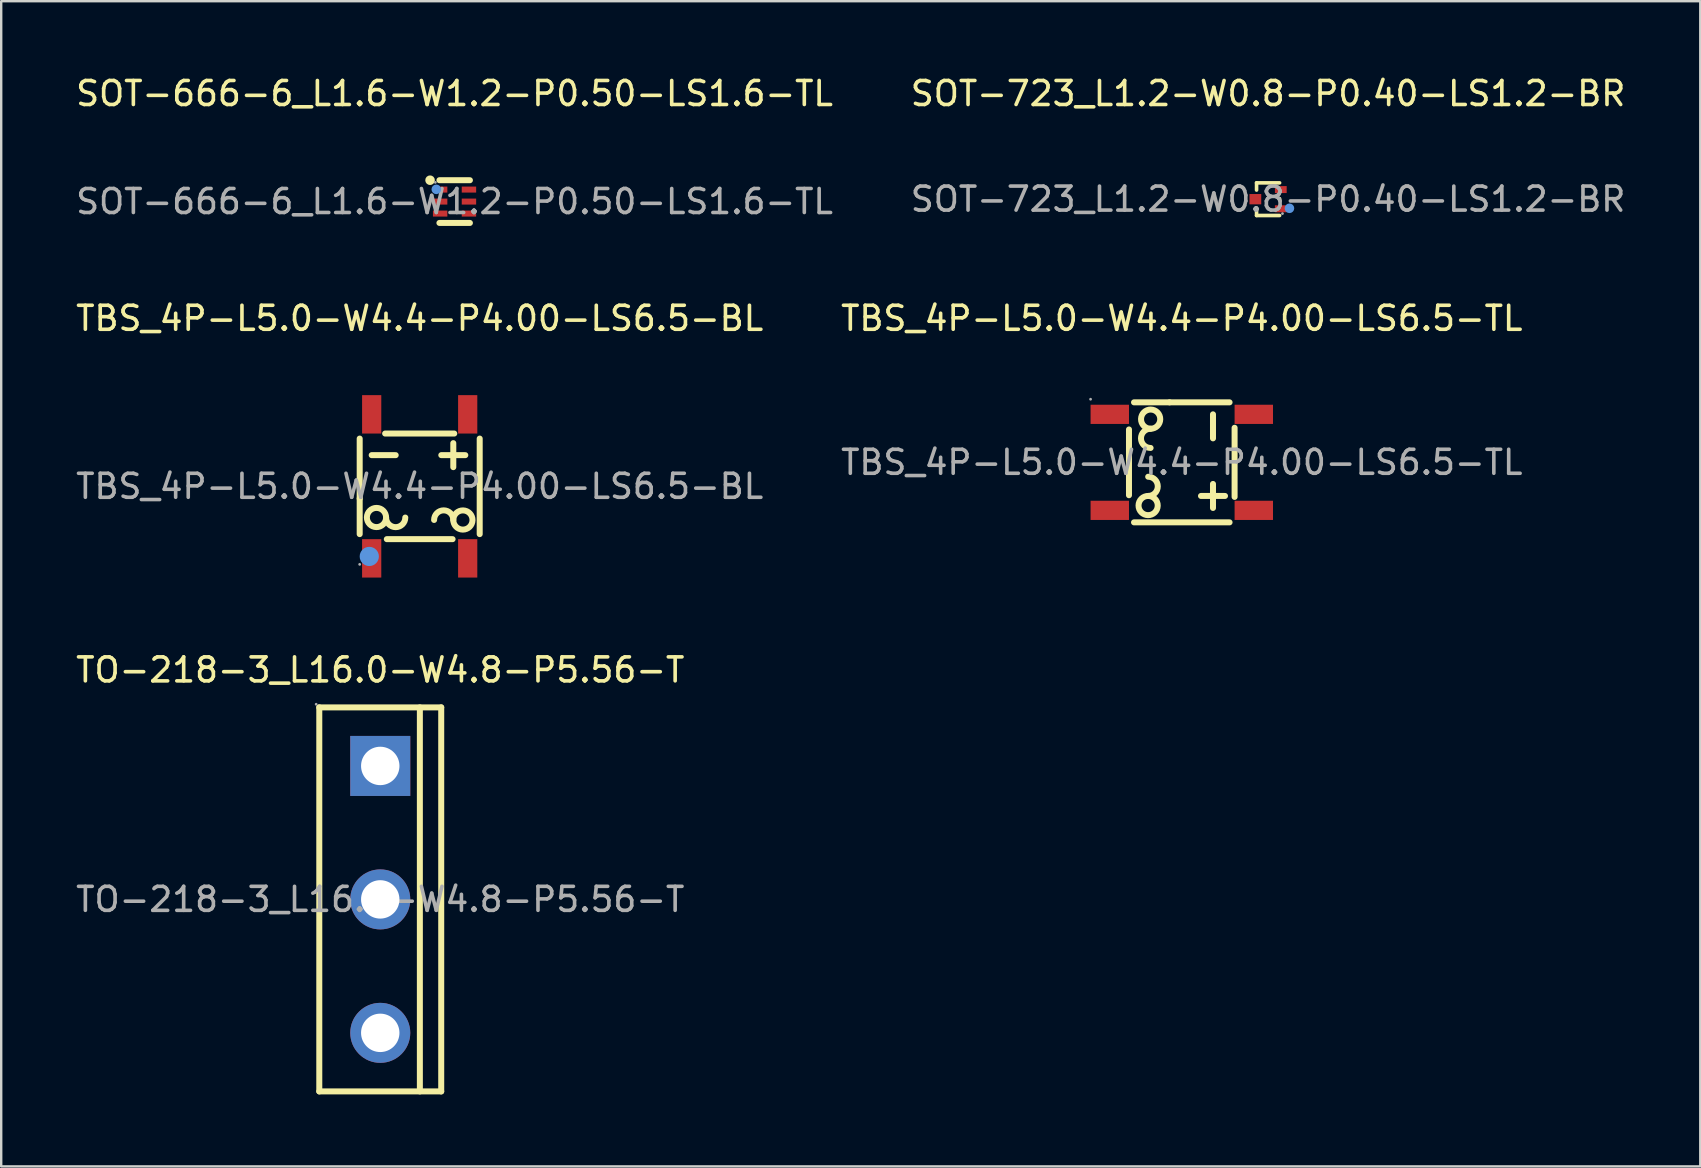
<source format=kicad_pcb>
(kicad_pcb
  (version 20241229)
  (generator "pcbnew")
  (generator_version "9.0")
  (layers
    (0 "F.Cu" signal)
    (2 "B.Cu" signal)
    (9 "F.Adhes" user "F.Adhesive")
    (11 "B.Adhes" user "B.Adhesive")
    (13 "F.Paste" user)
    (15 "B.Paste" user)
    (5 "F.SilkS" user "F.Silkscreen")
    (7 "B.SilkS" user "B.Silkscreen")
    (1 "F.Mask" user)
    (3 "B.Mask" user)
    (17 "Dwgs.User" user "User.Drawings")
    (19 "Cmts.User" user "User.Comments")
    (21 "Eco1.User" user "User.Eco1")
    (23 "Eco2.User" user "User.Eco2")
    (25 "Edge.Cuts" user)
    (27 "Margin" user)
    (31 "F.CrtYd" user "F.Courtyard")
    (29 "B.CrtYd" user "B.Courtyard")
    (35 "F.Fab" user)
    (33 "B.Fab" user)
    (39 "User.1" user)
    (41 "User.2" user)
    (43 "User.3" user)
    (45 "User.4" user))
  (footprint "SOT-723_L1.2-W0.8-P0.40-LS1.2-BR"
    (layer "F.Cu")
    (at 49.78 5.248)
    (property "Reference" "SOT-723_L1.2-W0.8-P0.40-LS1.2-BR" (at 0 -4.4 0) (layer "F.SilkS") (effects (font (size 1 1) (thickness 0.15))))
    (attr through_hole)
    (fp_line (start -0.48 -0.68) (end -0.48 -0.38) (stroke (width 0.15) (type solid)) (layer "F.SilkS"))
    (fp_line (start -0.48 0.68) (end -0.48 0.38) (stroke (width 0.15) (type solid)) (layer "F.SilkS"))
    (fp_line (start 0.48 -0.68) (end -0.48 -0.68) (stroke (width 0.15) (type solid)) (layer "F.SilkS"))
    (fp_line (start 0.48 -0.02) (end 0.48 0.02) (stroke (width 0.15) (type solid)) (layer "F.SilkS"))
    (fp_line (start 0.48 0.68) (end -0.48 0.68) (stroke (width 0.15) (type solid)) (layer "F.SilkS"))
    (fp_circle (center 0.89 0.38) (end 0.99 0.38) (stroke (width 0.2) (type solid)) (fill no) (layer "Cmts.User"))
    (fp_circle (center 0.6 0.6) (end 0.63 0.6) (stroke (width 0.06) (type solid)) (fill no) (layer "F.Fab"))
    (fp_text user "${REFERENCE}" (at 0 0 0) (layer "F.Fab") (effects (font (size 1 1) (thickness 0.15))))
    (pad "1" smd rect (at 0.53 0.4) (size 0.49 0.29) (layers "F.Cu" "F.Mask" "F.Paste"))
    (pad "2" smd rect (at 0.53 -0.4) (size 0.49 0.29) (layers "F.Cu" "F.Mask" "F.Paste"))
    (pad "3" smd rect (at -0.53 0) (size 0.49 0.43) (layers "F.Cu" "F.Mask" "F.Paste")))
  (footprint "TO-218-3_L16.0-W4.8-P5.56-T"
    (layer "F.Cu")
    (at 12.792 34.42)
    (property "Reference" "TO-218-3_L16.0-W4.8-P5.56-T" (at 0 -9.56 0) (layer "F.SilkS") (effects (font (size 1 1) (thickness 0.15))))
    (attr through_hole)
    (fp_line (start -2.54 -8) (end -2.54 8) (stroke (width 0.25) (type solid)) (layer "F.SilkS"))
    (fp_line (start -2.54 8) (end 2.54 8) (stroke (width 0.25) (type solid)) (layer "F.SilkS"))
    (fp_line (start 1.65 -8) (end 1.65 8) (stroke (width 0.25) (type solid)) (layer "F.SilkS"))
    (fp_line (start 2.54 -8) (end -2.54 -8) (stroke (width 0.25) (type solid)) (layer "F.SilkS"))
    (fp_line (start 2.54 -8) (end 2.54 8) (stroke (width 0.25) (type solid)) (layer "F.SilkS"))
    (fp_circle (center -2.67 -8.13) (end -2.64 -8.13) (stroke (width 0.06) (type solid)) (fill no) (layer "F.Fab"))
    (fp_circle (center 0 -5.56) (end 0.35 -5.56) (stroke (width 0.7) (type solid)) (fill no) (layer "F.Fab"))
    (fp_circle (center 0 0) (end 0.35 0) (stroke (width 0.7) (type solid)) (fill no) (layer "F.Fab"))
    (fp_circle (center 0 5.56) (end 0.35 5.56) (stroke (width 0.7) (type solid)) (fill no) (layer "F.Fab"))
    (fp_text user "${REFERENCE}" (at 0 0 0) (layer "F.Fab") (effects (font (size 1 1) (thickness 0.15))))
    (pad "1" thru_hole rect (at 0 -5.56 270) (size 2.5 2.5) (drill 1.6) (layers "*.Cu" "*.Paste" "*.Mask"))
    (pad "2" thru_hole circle (at 0 0 270) (size 2.5 2.5) (drill 1.6) (layers "*.Cu" "*.Paste" "*.Mask"))
    (pad "3" thru_hole circle (at 0 5.56 270) (size 2.5 2.5) (drill 1.6) (layers "*.Cu" "*.Paste" "*.Mask")))
  (footprint "TBS_4P-L5.0-W4.4-P4.00-LS6.5-TL"
    (layer "F.Cu")
    (at 46.185 16.212)
    (property "Reference" "TBS_4P-L5.0-W4.4-P4.00-LS6.5-TL" (at 0 -6 0) (layer "F.SilkS") (effects (font (size 1 1) (thickness 0.15))))
    (attr through_hole)
    (fp_line (start -2.2 -1.37) (end -2.2 1.37) (stroke (width 0.25) (type solid)) (layer "F.SilkS"))
    (fp_line (start -1.99 -2.5) (end -0.51 -2.5) (stroke (width 0.25) (type solid)) (layer "F.SilkS"))
    (fp_line (start 0.8 1.4) (end 1.8 1.4) (stroke (width 0.25) (type solid)) (layer "F.SilkS"))
    (fp_line (start 1.3 -2) (end 1.3 -1) (stroke (width 0.25) (type solid)) (layer "F.SilkS"))
    (fp_line (start 1.3 0.9) (end 1.3 1.9) (stroke (width 0.25) (type solid)) (layer "F.SilkS"))
    (fp_line (start 1.99 -2.5) (end -0.51 -2.5) (stroke (width 0.25) (type solid)) (layer "F.SilkS"))
    (fp_line (start 1.99 2.5) (end -1.99 2.5) (stroke (width 0.25) (type solid)) (layer "F.SilkS"))
    (fp_line (start 2.2 -1.44) (end 2.2 1.44) (stroke (width 0.25) (type solid)) (layer "F.SilkS"))
    (fp_arc (start -1.4 0.6) (mid -1 1) (end -1.4 1.4) (stroke (width 0.25) (type solid)) (layer "F.SilkS"))
    (fp_arc (start -1.393019 1.400061) (mid -1.403491 2.199985) (end -1.4 1.4) (stroke (width 0.25) (type solid)) (layer "F.SilkS"))
    (fp_arc (start -1.306981 -1.400061) (mid -1.296509 -2.199985) (end -1.3 -1.4) (stroke (width 0.25) (type solid)) (layer "F.SilkS"))
    (fp_arc (start -1.3 -0.6) (mid -1.7 -1) (end -1.3 -1.4) (stroke (width 0.25) (type solid)) (layer "F.SilkS"))
    (fp_circle (center -3.8 -2.63) (end -3.77 -2.63) (stroke (width 0.06) (type solid)) (fill no) (layer "F.Fab"))
    (fp_text user "${REFERENCE}" (at 0 0 0) (layer "F.Fab") (effects (font (size 1 1) (thickness 0.15))))
    (pad "1" smd rect (at -3 -2 180) (size 1.6 0.8) (layers "F.Cu" "F.Mask" "F.Paste"))
    (pad "2" smd rect (at -3 2 180) (size 1.6 0.8) (layers "F.Cu" "F.Mask" "F.Paste"))
    (pad "3" smd rect (at 3 2 180) (size 1.6 0.8) (layers "F.Cu" "F.Mask" "F.Paste"))
    (pad "4" smd rect (at 3 -2 180) (size 1.6 0.8) (layers "F.Cu" "F.Mask" "F.Paste")))
  (footprint "SOT-666-6_L1.6-W1.2-P0.50-LS1.6-TL"
    (layer "F.Cu")
    (at 15.887 5.348)
    (property "Reference" "SOT-666-6_L1.6-W1.2-P0.50-LS1.6-TL" (at 0 -4.5 0) (layer "F.SilkS") (effects (font (size 1 1) (thickness 0.15))))
    (attr through_hole)
    (fp_line (start -0.63 -0.89) (end 0.64 -0.89) (stroke (width 0.25) (type solid)) (layer "F.SilkS"))
    (fp_line (start -0.63 0.89) (end 0.64 0.89) (stroke (width 0.25) (type solid)) (layer "F.SilkS"))
    (fp_arc (start -1.02 -0.89) (mid -1.02 -0.89) (end -1.02 -0.89) (stroke (width 0.2) (type solid)) (layer "F.SilkS"))
    (fp_circle (center -0.76 -0.51) (end -0.66 -0.51) (stroke (width 0.2) (type solid)) (fill no) (layer "Cmts.User"))
    (fp_circle (center -0.8 -0.8) (end -0.77 -0.8) (stroke (width 0.06) (type solid)) (fill no) (layer "F.Fab"))
    (fp_text user "${REFERENCE}" (at 0 0 0) (layer "F.Fab") (effects (font (size 1 1) (thickness 0.15))))
    (pad "1" smd rect (at -0.6 -0.5 270) (size 0.25 0.6) (layers "F.Cu" "F.Mask" "F.Paste"))
    (pad "2" smd rect (at -0.6 0 270) (size 0.25 0.6) (layers "F.Cu" "F.Mask" "F.Paste"))
    (pad "3" smd rect (at -0.6 0.5 270) (size 0.25 0.6) (layers "F.Cu" "F.Mask" "F.Paste"))
    (pad "4" smd rect (at 0.6 0.5 270) (size 0.25 0.6) (layers "F.Cu" "F.Mask" "F.Paste"))
    (pad "5" smd rect (at 0.6 0 270) (size 0.25 0.6) (layers "F.Cu" "F.Mask" "F.Paste"))
    (pad "6" smd rect (at 0.6 -0.5 270) (size 0.25 0.6) (layers "F.Cu" "F.Mask" "F.Paste")))
  (footprint "TBS_4P-L5.0-W4.4-P4.00-LS6.5-BL"
    (layer "F.Cu")
    (at 14.435 17.212)
    (property "Reference" "TBS_4P-L5.0-W4.4-P4.00-LS6.5-BL" (at 0 -7 0) (layer "F.SilkS") (effects (font (size 1 1) (thickness 0.15))))
    (attr through_hole)
    (fp_line (start -2.5 -1.99) (end -2.5 0.51) (stroke (width 0.25) (type solid)) (layer "F.SilkS"))
    (fp_line (start -2.5 1.99) (end -2.5 0.51) (stroke (width 0.25) (type solid)) (layer "F.SilkS"))
    (fp_line (start -2 -1.3) (end -1 -1.3) (stroke (width 0.25) (type solid)) (layer "F.SilkS"))
    (fp_line (start -1.44 -2.2) (end 1.44 -2.2) (stroke (width 0.25) (type solid)) (layer "F.SilkS"))
    (fp_line (start -1.37 2.2) (end 1.37 2.2) (stroke (width 0.25) (type solid)) (layer "F.SilkS"))
    (fp_line (start 0.9 -1.3) (end 1.9 -1.3) (stroke (width 0.25) (type solid)) (layer "F.SilkS"))
    (fp_line (start 1.4 -0.8) (end 1.4 -1.8) (stroke (width 0.25) (type solid)) (layer "F.SilkS"))
    (fp_line (start 2.5 -1.99) (end 2.5 1.99) (stroke (width 0.25) (type solid)) (layer "F.SilkS"))
    (fp_arc (start -1.400061 1.306981) (mid -2.199985 1.296509) (end -1.4 1.3) (stroke (width 0.25) (type solid)) (layer "F.SilkS"))
    (fp_arc (start -0.6 1.3) (mid -1 1.7) (end -1.4 1.3) (stroke (width 0.25) (type solid)) (layer "F.SilkS"))
    (fp_arc (start 0.6 1.4) (mid 1 1) (end 1.4 1.4) (stroke (width 0.25) (type solid)) (layer "F.SilkS"))
    (fp_arc (start 1.400061 1.393019) (mid 2.199985 1.403491) (end 1.4 1.4) (stroke (width 0.25) (type solid)) (layer "F.SilkS"))
    (fp_circle (center -2.1 2.92) (end -1.9 2.92) (stroke (width 0.4) (type solid)) (fill no) (layer "Cmts.User"))
    (fp_circle (center -2.5 3.25) (end -2.47 3.25) (stroke (width 0.06) (type solid)) (fill no) (layer "F.Fab"))
    (fp_text user "${REFERENCE}" (at 0 0 0) (layer "F.Fab") (effects (font (size 1 1) (thickness 0.15))))
    (pad "1" smd rect (at -2 3 270) (size 1.6 0.8) (layers "F.Cu" "F.Mask" "F.Paste"))
    (pad "2" smd rect (at 2 3 270) (size 1.6 0.8) (layers "F.Cu" "F.Mask" "F.Paste"))
    (pad "3" smd rect (at 2 -3 270) (size 1.6 0.8) (layers "F.Cu" "F.Mask" "F.Paste"))
    (pad "4" smd rect (at -2 -3 270) (size 1.6 0.8) (layers "F.Cu" "F.Mask" "F.Paste")))
  (gr_rect
    (start -3 -3)
    (end 67.786 45.545)
    (stroke (width 0.1) (type default))
    (fill no)
    (layer "Edge.Cuts")))
</source>
